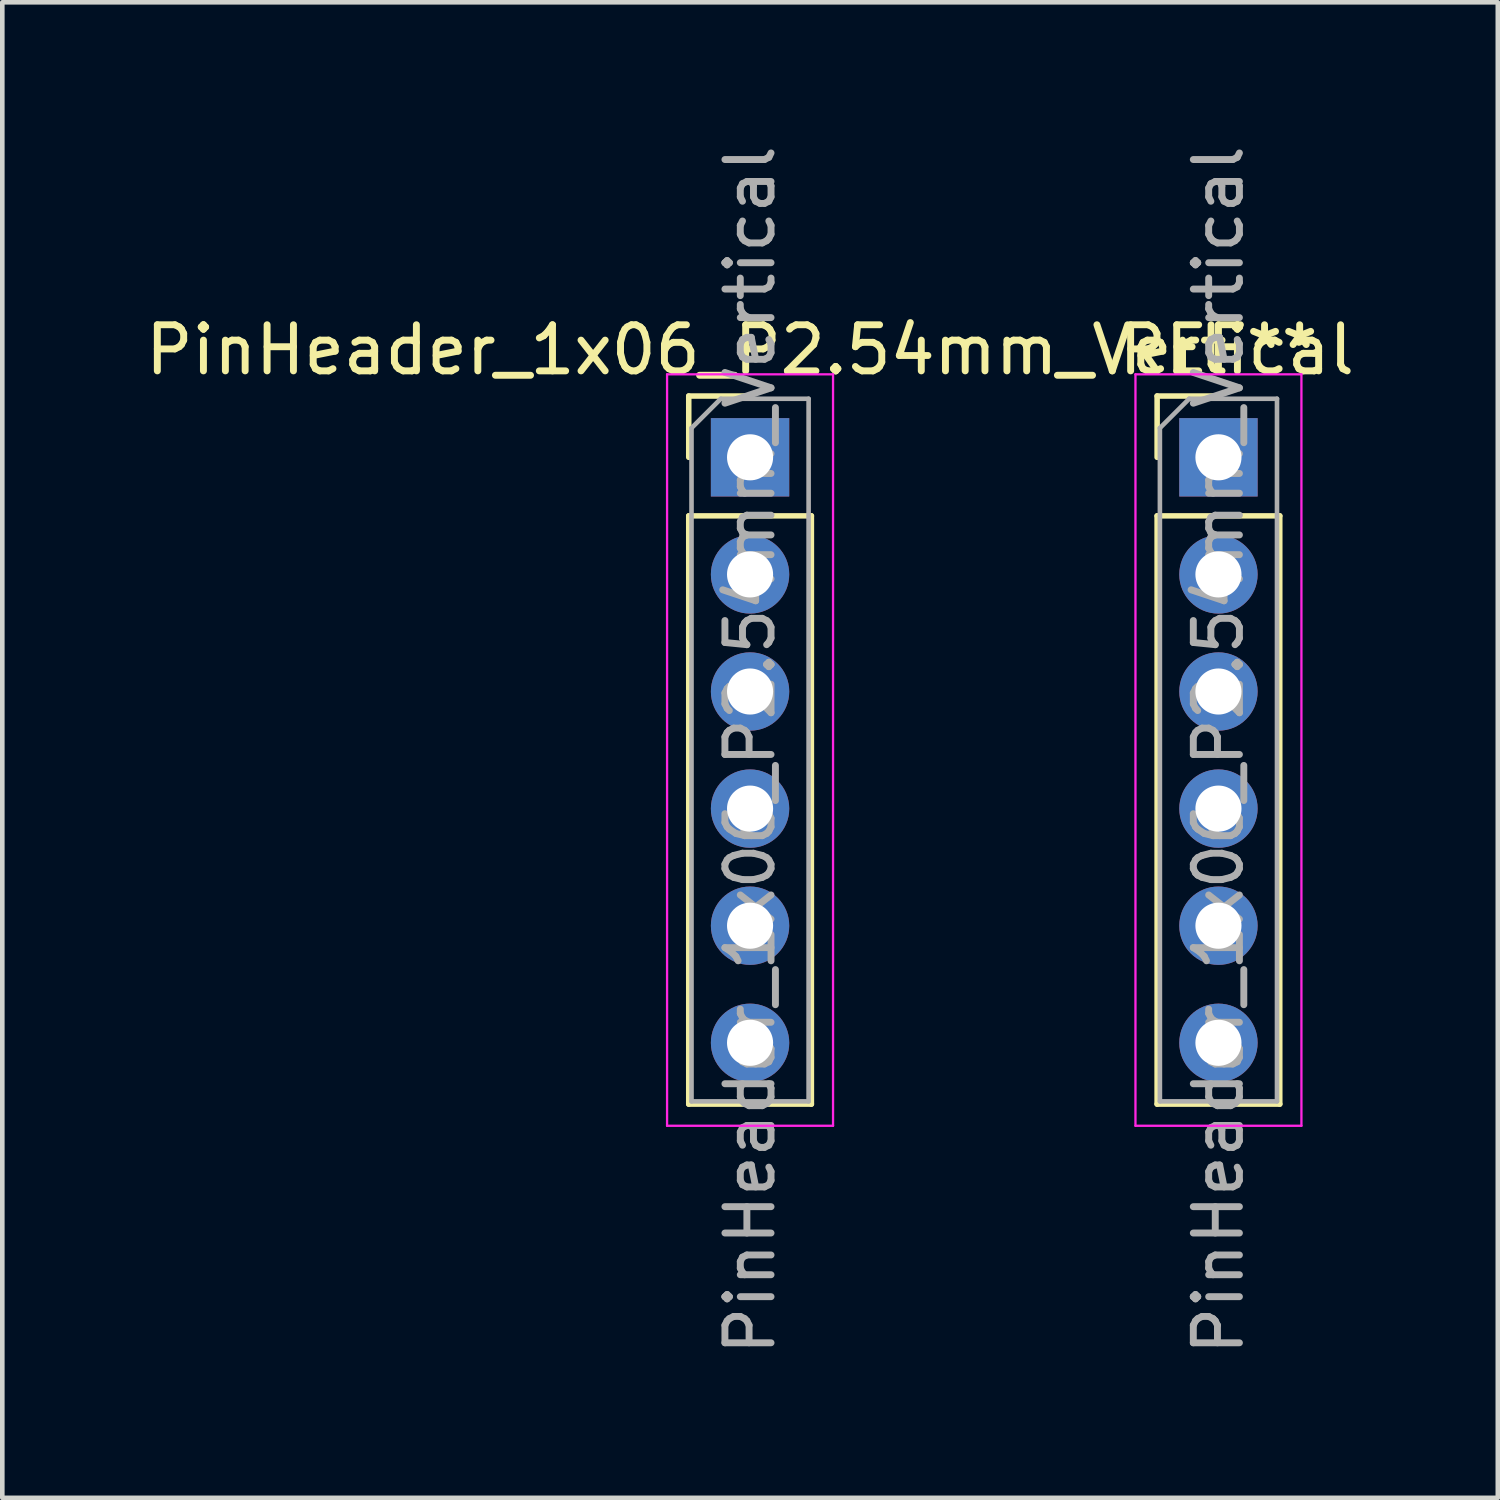
<source format=kicad_pcb>
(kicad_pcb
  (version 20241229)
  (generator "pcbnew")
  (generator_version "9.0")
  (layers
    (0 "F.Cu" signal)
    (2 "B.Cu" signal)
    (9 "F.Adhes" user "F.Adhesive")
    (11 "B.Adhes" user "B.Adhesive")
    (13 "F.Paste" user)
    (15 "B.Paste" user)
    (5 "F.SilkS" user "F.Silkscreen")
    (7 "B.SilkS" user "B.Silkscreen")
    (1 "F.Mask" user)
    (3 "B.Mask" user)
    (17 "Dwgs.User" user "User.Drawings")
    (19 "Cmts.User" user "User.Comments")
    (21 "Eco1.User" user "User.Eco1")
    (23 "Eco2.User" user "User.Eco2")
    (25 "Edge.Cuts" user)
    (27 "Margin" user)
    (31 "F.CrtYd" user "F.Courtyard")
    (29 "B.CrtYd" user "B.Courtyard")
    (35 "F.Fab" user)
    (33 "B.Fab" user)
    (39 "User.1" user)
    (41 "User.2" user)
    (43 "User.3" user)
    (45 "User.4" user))
  (footprint "PinHeader_1x06_P2.54mm_Vertical"
    (layer "F.Cu")
    (at 18.3 11.95)
    (property "Reference" "PinHeader_1x06_P2.54mm_Vertical" (at -5.08 -7.41 0) (layer "F.SilkS") (effects (font (size 1 1) (thickness 0.15))))
    (attr through_hole)
    (fp_line (start -6.41 -6.41) (end -5.08 -6.41) (stroke (width 0.12) (type solid)) (layer "F.SilkS"))
    (fp_line (start -6.41 -5.08) (end -6.41 -6.41) (stroke (width 0.12) (type solid)) (layer "F.SilkS"))
    (fp_line (start -6.41 -3.81) (end -6.41 8.95) (stroke (width 0.12) (type solid)) (layer "F.SilkS"))
    (fp_line (start -6.41 -3.81) (end -3.75 -3.81) (stroke (width 0.12) (type solid)) (layer "F.SilkS"))
    (fp_line (start -6.41 8.95) (end -3.75 8.95) (stroke (width 0.12) (type solid)) (layer "F.SilkS"))
    (fp_line (start -3.75 -3.81) (end -3.75 8.95) (stroke (width 0.12) (type solid)) (layer "F.SilkS"))
    (fp_line (start 3.75 -6.41) (end 5.08 -6.41) (stroke (width 0.12) (type solid)) (layer "F.SilkS"))
    (fp_line (start 3.75 -5.08) (end 3.75 -6.41) (stroke (width 0.12) (type solid)) (layer "F.SilkS"))
    (fp_line (start 3.75 -3.81) (end 3.75 8.95) (stroke (width 0.12) (type solid)) (layer "F.SilkS"))
    (fp_line (start 3.75 -3.81) (end 6.41 -3.81) (stroke (width 0.12) (type solid)) (layer "F.SilkS"))
    (fp_line (start 3.75 8.95) (end 6.41 8.95) (stroke (width 0.12) (type solid)) (layer "F.SilkS"))
    (fp_line (start 6.41 -3.81) (end 6.41 8.95) (stroke (width 0.12) (type solid)) (layer "F.SilkS"))
    (fp_line (start -6.88 -6.88) (end -6.88 9.42) (stroke (width 0.05) (type solid)) (layer "F.CrtYd"))
    (fp_line (start -6.88 9.42) (end -3.28 9.42) (stroke (width 0.05) (type solid)) (layer "F.CrtYd"))
    (fp_line (start -3.28 -6.88) (end -6.88 -6.88) (stroke (width 0.05) (type solid)) (layer "F.CrtYd"))
    (fp_line (start -3.28 9.42) (end -3.28 -6.88) (stroke (width 0.05) (type solid)) (layer "F.CrtYd"))
    (fp_line (start 3.28 -6.88) (end 3.28 9.42) (stroke (width 0.05) (type solid)) (layer "F.CrtYd"))
    (fp_line (start 3.28 9.42) (end 6.88 9.42) (stroke (width 0.05) (type solid)) (layer "F.CrtYd"))
    (fp_line (start 6.88 -6.88) (end 3.28 -6.88) (stroke (width 0.05) (type solid)) (layer "F.CrtYd"))
    (fp_line (start 6.88 9.42) (end 6.88 -6.88) (stroke (width 0.05) (type solid)) (layer "F.CrtYd"))
    (fp_line (start -6.35 -5.715) (end -5.715 -6.35) (stroke (width 0.1) (type solid)) (layer "F.Fab"))
    (fp_line (start -6.35 8.89) (end -6.35 -5.715) (stroke (width 0.1) (type solid)) (layer "F.Fab"))
    (fp_line (start -5.715 -6.35) (end -3.81 -6.35) (stroke (width 0.1) (type solid)) (layer "F.Fab"))
    (fp_line (start -3.81 -6.35) (end -3.81 8.89) (stroke (width 0.1) (type solid)) (layer "F.Fab"))
    (fp_line (start -3.81 8.89) (end -6.35 8.89) (stroke (width 0.1) (type solid)) (layer "F.Fab"))
    (fp_line (start 3.81 -5.715) (end 4.445 -6.35) (stroke (width 0.1) (type solid)) (layer "F.Fab"))
    (fp_line (start 3.81 8.89) (end 3.81 -5.715) (stroke (width 0.1) (type solid)) (layer "F.Fab"))
    (fp_line (start 4.445 -6.35) (end 6.35 -6.35) (stroke (width 0.1) (type solid)) (layer "F.Fab"))
    (fp_line (start 6.35 -6.35) (end 6.35 8.89) (stroke (width 0.1) (type solid)) (layer "F.Fab"))
    (fp_line (start 6.35 8.89) (end 3.81 8.89) (stroke (width 0.1) (type solid)) (layer "F.Fab"))
    (fp_text user "REF**" (at 5.08 -7.41 0) (layer "F.SilkS") (effects (font (size 1 1) (thickness 0.15))))
    (fp_text user "${REFERENCE}" (at 5.08 1.27 90) (layer "F.Fab") (effects (font (size 1 1) (thickness 0.15))))
    (fp_text user "${REFERENCE}" (at -5.08 1.27 90) (layer "F.Fab") (effects (font (size 1 1) (thickness 0.15))))
    (pad "1" thru_hole rect (at -5.08 -5.08) (size 1.7 1.7) (drill 1) (layers "*.Cu" "*.Mask"))
    (pad "2" thru_hole oval (at -5.08 -2.54) (size 1.7 1.7) (drill 1) (layers "*.Cu" "*.Mask"))
    (pad "3" thru_hole oval (at -5.08 0) (size 1.7 1.7) (drill 1) (layers "*.Cu" "*.Mask"))
    (pad "4" thru_hole oval (at -5.08 2.54) (size 1.7 1.7) (drill 1) (layers "*.Cu" "*.Mask"))
    (pad "5" thru_hole oval (at -5.08 5.08) (size 1.7 1.7) (drill 1) (layers "*.Cu" "*.Mask"))
    (pad "6" thru_hole oval (at -5.08 7.62) (size 1.7 1.7) (drill 1) (layers "*.Cu" "*.Mask"))
    (pad "7" thru_hole oval (at 5.08 7.62) (size 1.7 1.7) (drill 1) (layers "*.Cu" "*.Mask"))
    (pad "8" thru_hole oval (at 5.08 5.08) (size 1.7 1.7) (drill 1) (layers "*.Cu" "*.Mask"))
    (pad "9" thru_hole oval (at 5.08 2.54) (size 1.7 1.7) (drill 1) (layers "*.Cu" "*.Mask"))
    (pad "10" thru_hole oval (at 5.08 0) (size 1.7 1.7) (drill 1) (layers "*.Cu" "*.Mask"))
    (pad "11" thru_hole oval (at 5.08 -2.54) (size 1.7 1.7) (drill 1) (layers "*.Cu" "*.Mask"))
    (pad "12" thru_hole rect (at 5.08 -5.08) (size 1.7 1.7) (drill 1) (layers "*.Cu" "*.Mask")))
  (gr_rect
    (start -3 -3)
    (end 29.44 29.44)
    (stroke (width 0.1) (type default))
    (fill no)
    (layer "Edge.Cuts")))
</source>
